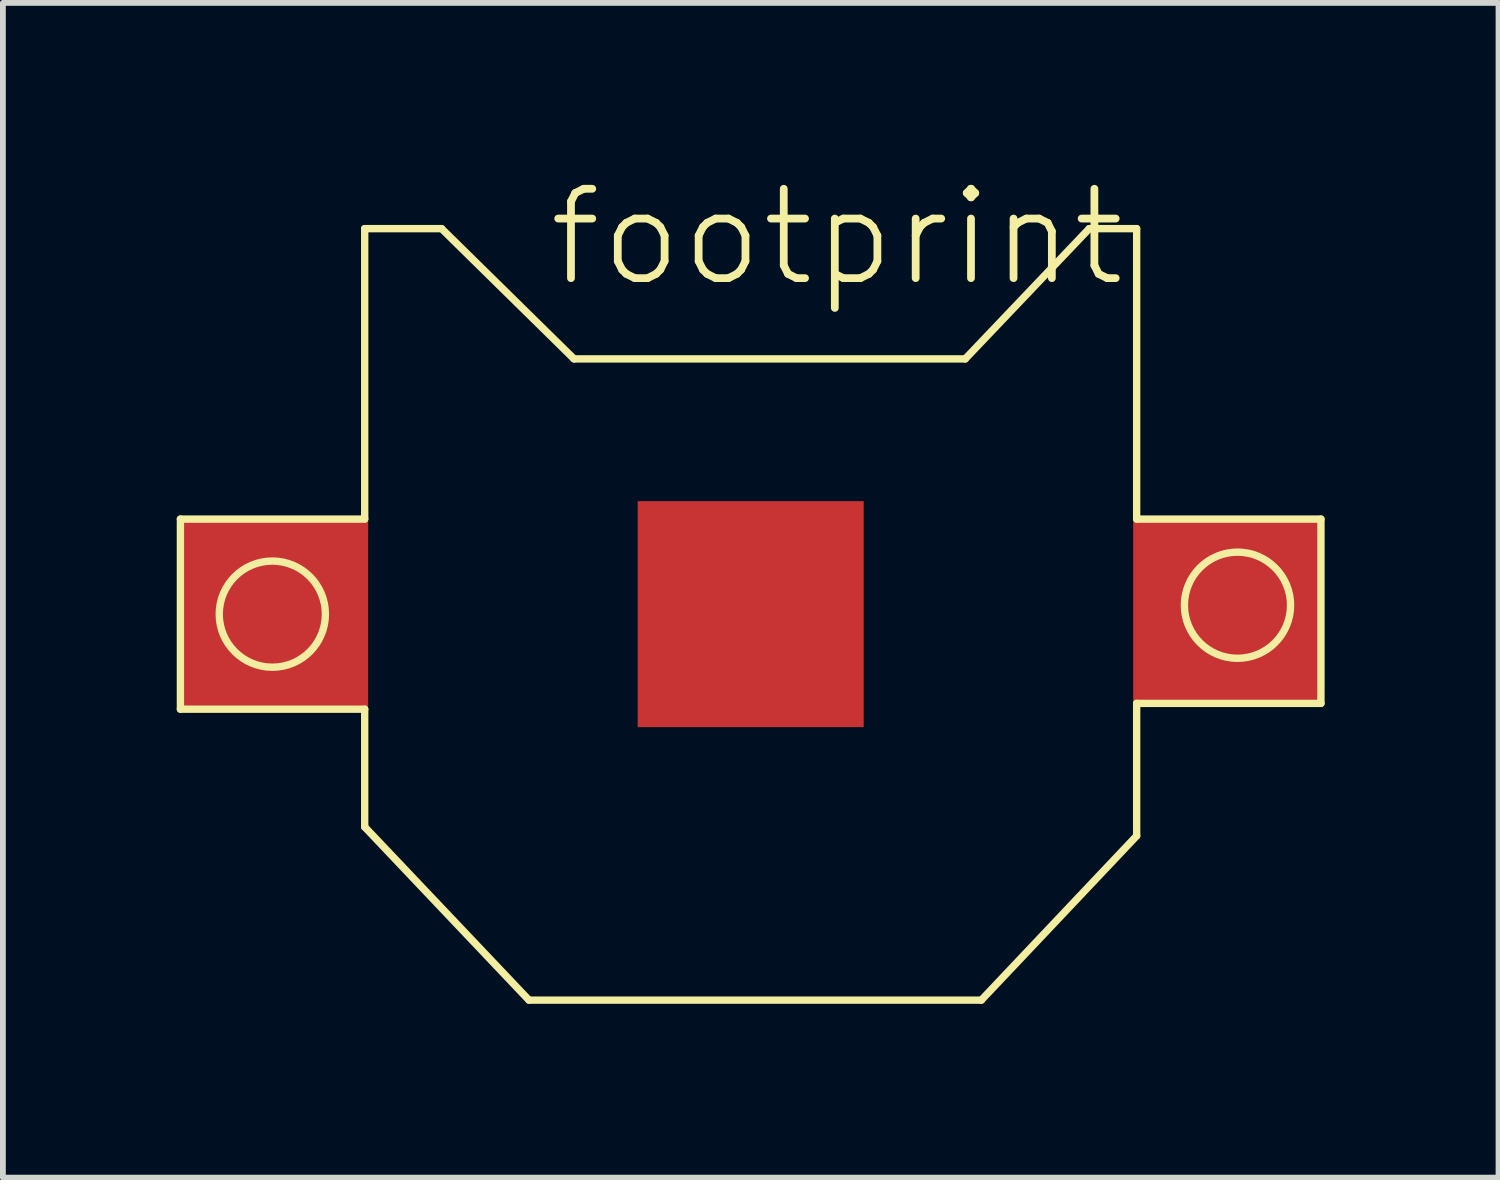
<source format=kicad_pcb>
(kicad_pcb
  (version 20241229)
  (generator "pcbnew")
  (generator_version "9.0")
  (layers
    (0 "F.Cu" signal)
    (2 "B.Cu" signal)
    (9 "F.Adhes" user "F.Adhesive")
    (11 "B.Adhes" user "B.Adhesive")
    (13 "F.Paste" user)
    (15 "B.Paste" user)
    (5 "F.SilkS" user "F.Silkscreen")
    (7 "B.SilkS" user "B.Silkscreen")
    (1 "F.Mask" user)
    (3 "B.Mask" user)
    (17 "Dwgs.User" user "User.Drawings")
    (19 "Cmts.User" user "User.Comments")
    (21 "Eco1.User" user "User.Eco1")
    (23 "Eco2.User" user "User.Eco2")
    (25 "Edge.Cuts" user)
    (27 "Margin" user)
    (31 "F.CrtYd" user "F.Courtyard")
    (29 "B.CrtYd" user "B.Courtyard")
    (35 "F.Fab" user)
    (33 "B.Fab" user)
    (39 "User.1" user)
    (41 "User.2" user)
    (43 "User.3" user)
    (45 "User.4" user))
  (footprint "footprint"
    (layer "F.Cu")
    (at 9.903 7.547)
    (property "Reference" "footprint" (at -3.556 -5.602 0) (layer "F.SilkS") (effects (font (size 1.542 1.542) (thickness 0.134)) (justify left bottom)))
    (fp_line (start -9.84 -1.64) (end -9.84 1.64) (stroke (width 0.127) (type solid)) (layer "F.SilkS"))
    (fp_line (start -9.84 1.64) (end -6.66 1.64) (stroke (width 0.127) (type solid)) (layer "F.SilkS"))
    (fp_line (start -6.66 -6.652) (end -6.66 -1.64) (stroke (width 0.127) (type solid)) (layer "F.SilkS"))
    (fp_line (start -6.66 -1.64) (end -9.84 -1.64) (stroke (width 0.127) (type solid)) (layer "F.SilkS"))
    (fp_line (start -6.66 1.64) (end -6.66 3.672) (stroke (width 0.127) (type solid)) (layer "F.SilkS"))
    (fp_line (start -6.66 3.672) (end -3.826 6.66) (stroke (width 0.127) (type solid)) (layer "F.SilkS"))
    (fp_line (start -5.334 -6.652) (end -6.66 -6.652) (stroke (width 0.127) (type solid)) (layer "F.SilkS"))
    (fp_line (start -3.826 6.66) (end 3.98 6.66) (stroke (width 0.127) (type solid)) (layer "F.SilkS"))
    (fp_line (start -3.048 -4.404) (end -5.334 -6.652) (stroke (width 0.127) (type solid)) (layer "F.SilkS"))
    (fp_line (start 3.702 -4.404) (end -3.048 -4.404) (stroke (width 0.127) (type solid)) (layer "F.SilkS"))
    (fp_line (start 3.98 6.66) (end 6.66 3.826) (stroke (width 0.127) (type solid)) (layer "F.SilkS"))
    (fp_line (start 5.842 -6.652) (end 3.702 -4.404) (stroke (width 0.127) (type solid)) (layer "F.SilkS"))
    (fp_line (start 6.66 -6.652) (end 5.842 -6.652) (stroke (width 0.127) (type solid)) (layer "F.SilkS"))
    (fp_line (start 6.66 -1.64) (end 6.66 -6.652) (stroke (width 0.127) (type solid)) (layer "F.SilkS"))
    (fp_line (start 6.66 1.54) (end 9.84 1.54) (stroke (width 0.127) (type solid)) (layer "F.SilkS"))
    (fp_line (start 6.66 3.826) (end 6.66 1.54) (stroke (width 0.127) (type solid)) (layer "F.SilkS"))
    (fp_line (start 9.84 -1.64) (end 6.66 -1.64) (stroke (width 0.127) (type solid)) (layer "F.SilkS"))
    (fp_line (start 9.84 1.54) (end 9.84 -1.64) (stroke (width 0.127) (type solid)) (layer "F.SilkS"))
    (fp_circle (center -8.254 0) (end -7.338 0) (stroke (width 0.127) (type solid)) (fill no) (layer "F.SilkS"))
    (fp_circle (center 8.4 -0.154) (end 9.316 -0.154) (stroke (width 0.127) (type solid)) (fill no) (layer "F.SilkS"))
    (pad "+$1" smd rect (at -8.2 0) (size 3.2 3.2) (layers "F.Cu" "F.Mask" "F.Paste"))
    (pad "+$2" smd rect (at 8.2 0) (size 3.2 3.2) (layers "F.Cu" "F.Mask" "F.Paste"))
    (pad "-" smd rect (at 0 0) (size 3.9 3.9) (layers "F.Cu" "F.Mask" "F.Paste")))
  (gr_rect
    (start -3 -3)
    (end 22.807 17.27)
    (stroke (width 0.1) (type default))
    (fill no)
    (layer "Edge.Cuts")))
</source>
